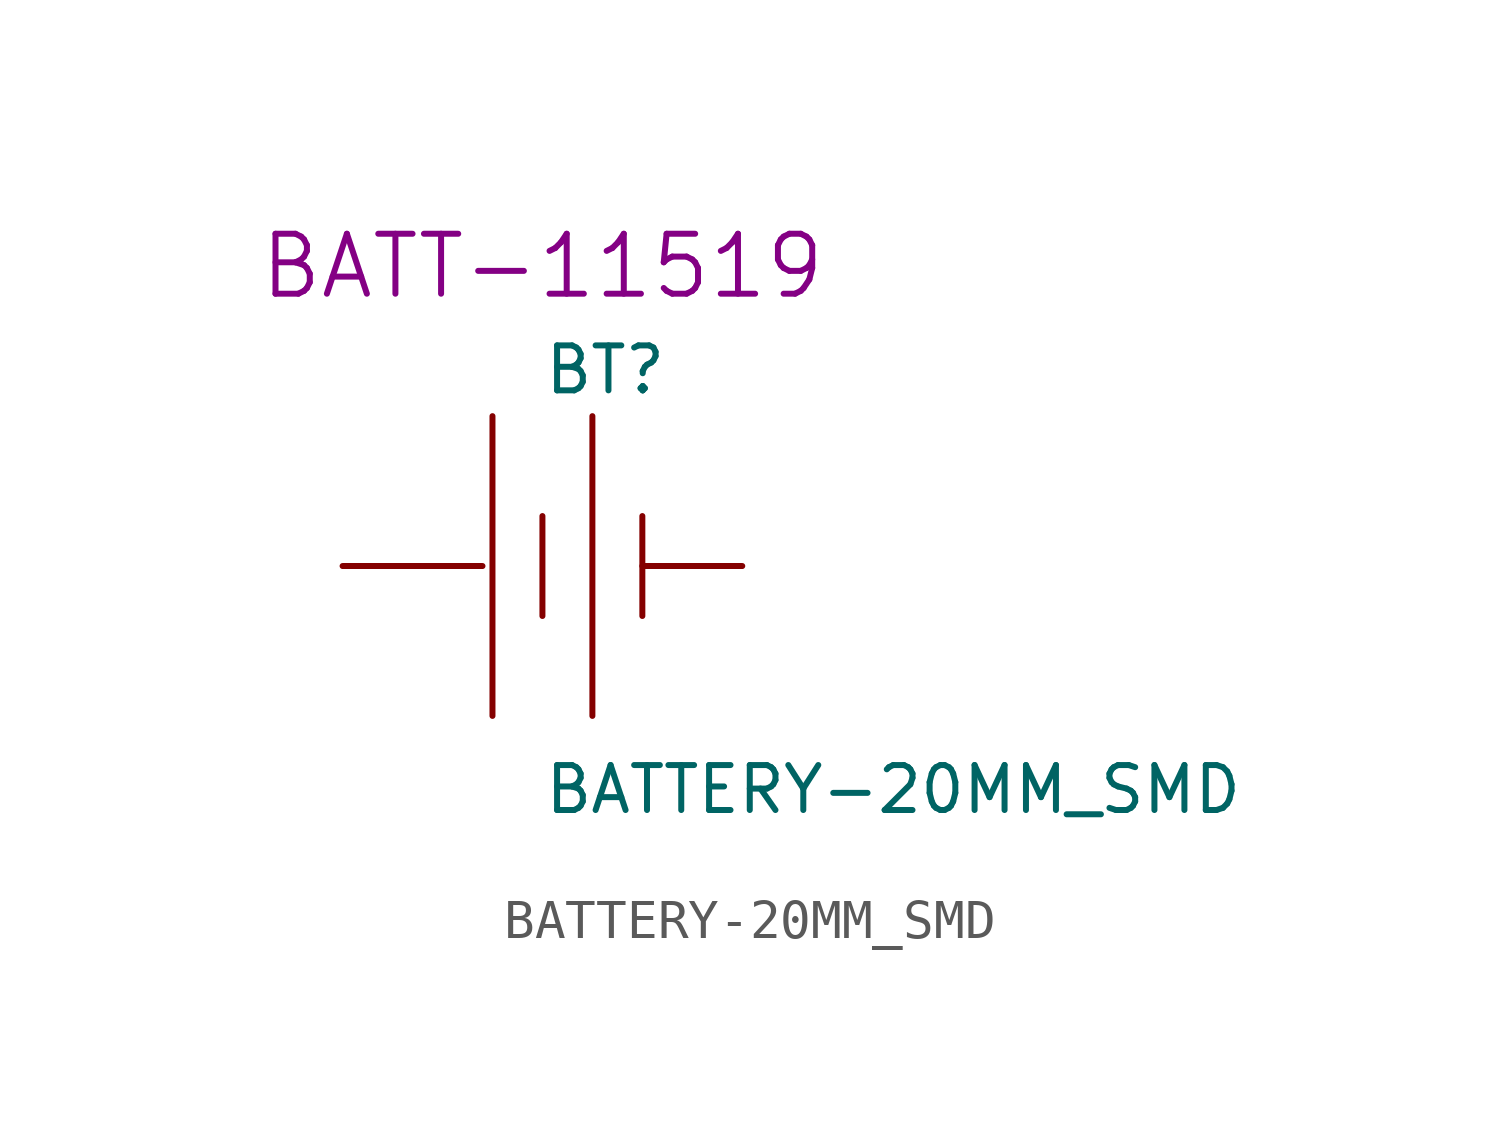
<source format=kicad_sym>
(kicad_symbol_lib
  (version 20211014)
  (generator kicad_symbol_editor)
  (symbol "BATTERY-20MM_SMD"
    (pin_numbers hide)
    (pin_names
      (offset 1.016) hide)
    (property "Reference" "BT"
      (at 0 4.318 0)
      (effects (font (size 1.143 1.143)) (justify left bottom)))
    (property "Value" "BATTERY-20MM_SMD"
      (at 0 -6.35 0)
      (effects (font (size 1.143 1.143)) (justify left bottom)))
    (property "Field4" "BATT-11519"
      (at 0 7.62 0)
      (effects (font (size 1.524 1.524))))
    (property "ki_locked" ""
      (at 0 0 0)
      (effects (font (size 1.27 1.27))))
    (symbol "BATTERY-20MM_SMD_1_0"
      (polyline (pts (xy -2.54 0) (xy -1.524 0)) (stroke (width 0) (type default) (color 0 0 0 0)) (fill (type none)))
      (polyline (pts (xy -1.27 3.81) (xy -1.27 -3.81)) (stroke (width 0) (type default) (color 0 0 0 0)) (fill (type none)))
      (polyline (pts (xy 0 1.27) (xy 0 -1.27)) (stroke (width 0) (type default) (color 0 0 0 0)) (fill (type none)))
      (polyline (pts (xy 1.27 3.81) (xy 1.27 -3.81)) (stroke (width 0) (type default) (color 0 0 0 0)) (fill (type none)))
      (polyline (pts (xy 2.54 1.27) (xy 2.54 -1.27)) (stroke (width 0) (type default) (color 0 0 0 0)) (fill (type none))))
    (symbol "BATTERY-20MM_SMD_1_1"
      (pin power_in line (at -5.08 0 0) (length 2.54) (name "+" (effects (font (size 1.016 1.016)))) (number "1" (effects (font (size 1.016 1.016)))))
      (pin power_in line (at 5.08 0 180) (length 2.54) (name "-" (effects (font (size 1.016 1.016)))) (number "2" (effects (font (size 1.016 1.016))))))))
</source>
